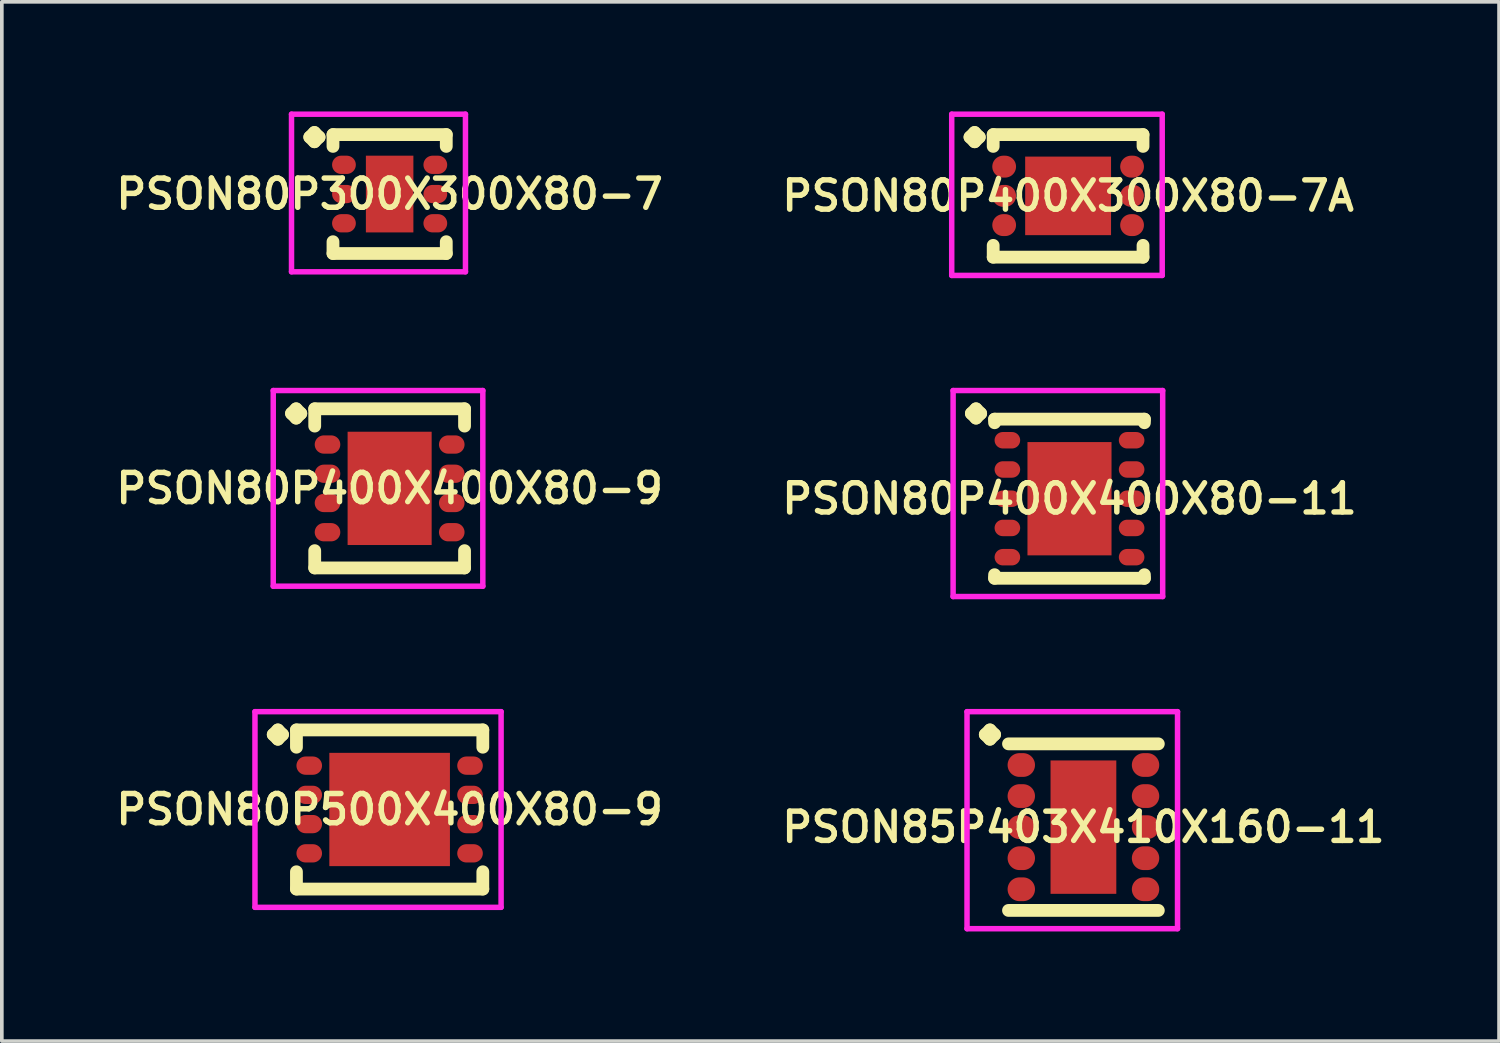
<source format=kicad_pcb>
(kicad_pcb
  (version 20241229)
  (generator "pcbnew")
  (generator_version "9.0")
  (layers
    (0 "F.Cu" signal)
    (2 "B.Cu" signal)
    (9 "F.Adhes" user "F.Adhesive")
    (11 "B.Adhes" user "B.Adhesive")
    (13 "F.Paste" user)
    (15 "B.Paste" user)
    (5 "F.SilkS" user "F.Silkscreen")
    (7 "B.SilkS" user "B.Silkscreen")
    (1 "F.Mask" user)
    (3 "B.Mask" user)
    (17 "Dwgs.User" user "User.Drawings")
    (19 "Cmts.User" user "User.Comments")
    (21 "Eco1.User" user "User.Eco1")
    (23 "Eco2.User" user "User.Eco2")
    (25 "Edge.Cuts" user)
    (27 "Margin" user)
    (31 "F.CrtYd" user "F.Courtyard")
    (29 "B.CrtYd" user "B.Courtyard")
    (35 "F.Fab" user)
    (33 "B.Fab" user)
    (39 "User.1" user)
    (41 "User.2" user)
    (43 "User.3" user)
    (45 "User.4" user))
  (footprint "PSON85P403X410X160-11"
    (layer "F.Cu")
    (at 26.597 19.584)
    (property "Reference" "PSON85P403X410X160-11" (at 0 0 0) (layer "F.SilkS") (effects (font (size 0.8 0.8) (thickness 0.15))))
    (attr smd)
    (fp_line (start -2.685 -2.533) (end -2.558 -2.66) (stroke (width 0.35) (type solid)) (layer "F.SilkS"))
    (fp_line (start -2.558 -2.66) (end -2.431 -2.533) (stroke (width 0.35) (type solid)) (layer "F.SilkS"))
    (fp_line (start -2.558 -2.406) (end -2.685 -2.533) (stroke (width 0.35) (type solid)) (layer "F.SilkS"))
    (fp_line (start -2.431 -2.533) (end -2.558 -2.406) (stroke (width 0.35) (type solid)) (layer "F.SilkS"))
    (fp_line (start -2.05 -2.279) (end 2.05 -2.279) (stroke (width 0.35) (type solid)) (layer "F.SilkS"))
    (fp_line (start -2.05 2.279) (end 2.05 2.279) (stroke (width 0.35) (type solid)) (layer "F.SilkS"))
    (fp_line (start -3.185 -3.16) (end 2.575 -3.16) (stroke (width 0.15) (type solid)) (layer "F.CrtYd"))
    (fp_line (start -3.185 2.779) (end -3.185 -3.16) (stroke (width 0.15) (type solid)) (layer "F.CrtYd"))
    (fp_line (start 2.575 -3.16) (end 2.575 2.779) (stroke (width 0.15) (type solid)) (layer "F.CrtYd"))
    (fp_line (start 2.575 2.779) (end -3.185 2.779) (stroke (width 0.15) (type solid)) (layer "F.CrtYd"))
    (pad "1" smd oval (at -1.7 -1.7) (size 0.75 0.65) (layers "F.Cu" "F.Mask" "F.Paste"))
    (pad "2" smd oval (at -1.7 -0.85) (size 0.75 0.65) (layers "F.Cu" "F.Mask" "F.Paste"))
    (pad "3" smd oval (at -1.7 0) (size 0.75 0.65) (layers "F.Cu" "F.Mask" "F.Paste"))
    (pad "4" smd oval (at -1.7 0.85) (size 0.75 0.65) (layers "F.Cu" "F.Mask" "F.Paste"))
    (pad "5" smd oval (at -1.7 1.7) (size 0.75 0.65) (layers "F.Cu" "F.Mask" "F.Paste"))
    (pad "6" smd oval (at 1.7 1.7) (size 0.75 0.65) (layers "F.Cu" "F.Mask" "F.Paste"))
    (pad "7" smd oval (at 1.7 0.85) (size 0.75 0.65) (layers "F.Cu" "F.Mask" "F.Paste"))
    (pad "8" smd oval (at 1.7 0) (size 0.75 0.65) (layers "F.Cu" "F.Mask" "F.Paste"))
    (pad "9" smd oval (at 1.7 -0.85) (size 0.75 0.65) (layers "F.Cu" "F.Mask" "F.Paste"))
    (pad "10" smd oval (at 1.7 -1.7) (size 0.75 0.65) (layers "F.Cu" "F.Mask" "F.Paste"))
    (pad "11" smd rect (at 0 0) (size 1.8 3.65) (layers "F.Cu" "F.Mask" "F.Paste")))
  (footprint "PSON80P400X400X80-9"
    (layer "F.Cu")
    (at 7.612 10.314)
    (property "Reference" "PSON80P400X400X80-9" (at 0 0 0) (layer "F.SilkS") (effects (font (size 0.8 0.8) (thickness 0.15))))
    (attr smd)
    (fp_line (start -2.685 -2.05) (end -2.558 -2.177) (stroke (width 0.35) (type solid)) (layer "F.SilkS"))
    (fp_line (start -2.558 -2.177) (end -2.431 -2.05) (stroke (width 0.35) (type solid)) (layer "F.SilkS"))
    (fp_line (start -2.558 -1.923) (end -2.685 -2.05) (stroke (width 0.35) (type solid)) (layer "F.SilkS"))
    (fp_line (start -2.431 -2.05) (end -2.558 -1.923) (stroke (width 0.35) (type solid)) (layer "F.SilkS"))
    (fp_line (start -2.05 -2.177) (end 2.05 -2.177) (stroke (width 0.35) (type solid)) (layer "F.SilkS"))
    (fp_line (start -2.05 -1.704) (end -2.05 -2.177) (stroke (width 0.35) (type solid)) (layer "F.SilkS"))
    (fp_line (start -2.05 1.704) (end -2.05 2.177) (stroke (width 0.35) (type solid)) (layer "F.SilkS"))
    (fp_line (start -2.05 2.177) (end 2.05 2.177) (stroke (width 0.35) (type solid)) (layer "F.SilkS"))
    (fp_line (start 2.05 -2.177) (end 2.05 -1.704) (stroke (width 0.35) (type solid)) (layer "F.SilkS"))
    (fp_line (start 2.05 2.177) (end 2.05 1.704) (stroke (width 0.35) (type solid)) (layer "F.SilkS"))
    (fp_line (start -3.185 -2.677) (end 2.55 -2.677) (stroke (width 0.15) (type solid)) (layer "F.CrtYd"))
    (fp_line (start -3.185 2.677) (end -3.185 -2.677) (stroke (width 0.15) (type solid)) (layer "F.CrtYd"))
    (fp_line (start 2.55 -2.677) (end 2.55 2.677) (stroke (width 0.15) (type solid)) (layer "F.CrtYd"))
    (fp_line (start 2.55 2.677) (end -3.185 2.677) (stroke (width 0.15) (type solid)) (layer "F.CrtYd"))
    (pad "1" smd oval (at -1.7 -1.2) (size 0.7 0.5) (layers "F.Cu" "F.Mask" "F.Paste"))
    (pad "2" smd oval (at -1.7 -0.4) (size 0.7 0.5) (layers "F.Cu" "F.Mask" "F.Paste"))
    (pad "3" smd oval (at -1.7 0.4) (size 0.7 0.5) (layers "F.Cu" "F.Mask" "F.Paste"))
    (pad "4" smd oval (at -1.7 1.2) (size 0.7 0.5) (layers "F.Cu" "F.Mask" "F.Paste"))
    (pad "5" smd oval (at 1.7 1.2) (size 0.7 0.5) (layers "F.Cu" "F.Mask" "F.Paste"))
    (pad "6" smd oval (at 1.7 0.4) (size 0.7 0.5) (layers "F.Cu" "F.Mask" "F.Paste"))
    (pad "7" smd oval (at 1.7 -0.4) (size 0.7 0.5) (layers "F.Cu" "F.Mask" "F.Paste"))
    (pad "8" smd oval (at 1.7 -1.2) (size 0.7 0.5) (layers "F.Cu" "F.Mask" "F.Paste"))
    (pad "9" smd rect (at 0 0) (size 2.3 3.1) (layers "F.Cu" "F.Mask" "F.Paste")))
  (footprint "PSON80P400X300X80-7A"
    (layer "F.Cu")
    (at 26.178 2.31)
    (property "Reference" "PSON80P400X300X80-7A" (at 0 0 0) (layer "F.SilkS") (effects (font (size 0.8 0.8) (thickness 0.15))))
    (attr smd)
    (fp_line (start -2.685 -1.608) (end -2.558 -1.735) (stroke (width 0.35) (type solid)) (layer "F.SilkS"))
    (fp_line (start -2.558 -1.735) (end -2.431 -1.608) (stroke (width 0.35) (type solid)) (layer "F.SilkS"))
    (fp_line (start -2.558 -1.481) (end -2.685 -1.608) (stroke (width 0.35) (type solid)) (layer "F.SilkS"))
    (fp_line (start -2.431 -1.608) (end -2.558 -1.481) (stroke (width 0.35) (type solid)) (layer "F.SilkS"))
    (fp_line (start -2.05 -1.677) (end 2.05 -1.677) (stroke (width 0.35) (type solid)) (layer "F.SilkS"))
    (fp_line (start -2.05 -1.354) (end -2.05 -1.677) (stroke (width 0.35) (type solid)) (layer "F.SilkS"))
    (fp_line (start -2.05 1.354) (end -2.05 1.677) (stroke (width 0.35) (type solid)) (layer "F.SilkS"))
    (fp_line (start -2.05 1.677) (end 2.05 1.677) (stroke (width 0.35) (type solid)) (layer "F.SilkS"))
    (fp_line (start 2.05 -1.677) (end 2.05 -1.354) (stroke (width 0.35) (type solid)) (layer "F.SilkS"))
    (fp_line (start 2.05 1.677) (end 2.05 1.354) (stroke (width 0.35) (type solid)) (layer "F.SilkS"))
    (fp_line (start -3.185 -2.235) (end 2.575 -2.235) (stroke (width 0.15) (type solid)) (layer "F.CrtYd"))
    (fp_line (start -3.185 2.177) (end -3.185 -2.235) (stroke (width 0.15) (type solid)) (layer "F.CrtYd"))
    (fp_line (start 2.575 -2.235) (end 2.575 2.177) (stroke (width 0.15) (type solid)) (layer "F.CrtYd"))
    (fp_line (start 2.575 2.177) (end -3.185 2.177) (stroke (width 0.15) (type solid)) (layer "F.CrtYd"))
    (pad "1" smd oval (at -1.75 -0.8) (size 0.65 0.6) (layers "F.Cu" "F.Mask" "F.Paste"))
    (pad "2" smd oval (at -1.75 0) (size 0.65 0.6) (layers "F.Cu" "F.Mask" "F.Paste"))
    (pad "3" smd oval (at -1.75 0.8) (size 0.65 0.6) (layers "F.Cu" "F.Mask" "F.Paste"))
    (pad "4" smd oval (at 1.75 0.8) (size 0.65 0.6) (layers "F.Cu" "F.Mask" "F.Paste"))
    (pad "5" smd oval (at 1.75 0) (size 0.65 0.6) (layers "F.Cu" "F.Mask" "F.Paste"))
    (pad "6" smd oval (at 1.75 -0.8) (size 0.65 0.6) (layers "F.Cu" "F.Mask" "F.Paste"))
    (pad "7" smd rect (at 0 0) (size 2.35 2.15) (layers "F.Cu" "F.Mask" "F.Paste")))
  (footprint "PSON80P500X400X80-9"
    (layer "F.Cu")
    (at 7.612 19.101)
    (property "Reference" "PSON80P500X400X80-9" (at 0 0 0) (layer "F.SilkS") (effects (font (size 0.8 0.8) (thickness 0.15))))
    (attr smd)
    (fp_line (start -3.185 -2.05) (end -3.058 -2.177) (stroke (width 0.35) (type solid)) (layer "F.SilkS"))
    (fp_line (start -3.058 -2.177) (end -2.931 -2.05) (stroke (width 0.35) (type solid)) (layer "F.SilkS"))
    (fp_line (start -3.058 -1.923) (end -3.185 -2.05) (stroke (width 0.35) (type solid)) (layer "F.SilkS"))
    (fp_line (start -2.931 -2.05) (end -3.058 -1.923) (stroke (width 0.35) (type solid)) (layer "F.SilkS"))
    (fp_line (start -2.55 -2.177) (end 2.55 -2.177) (stroke (width 0.35) (type solid)) (layer "F.SilkS"))
    (fp_line (start -2.55 -1.704) (end -2.55 -2.177) (stroke (width 0.35) (type solid)) (layer "F.SilkS"))
    (fp_line (start -2.55 1.704) (end -2.55 2.177) (stroke (width 0.35) (type solid)) (layer "F.SilkS"))
    (fp_line (start -2.55 2.177) (end 2.55 2.177) (stroke (width 0.35) (type solid)) (layer "F.SilkS"))
    (fp_line (start 2.55 -2.177) (end 2.55 -1.704) (stroke (width 0.35) (type solid)) (layer "F.SilkS"))
    (fp_line (start 2.55 2.177) (end 2.55 1.704) (stroke (width 0.35) (type solid)) (layer "F.SilkS"))
    (fp_line (start -3.685 -2.677) (end 3.05 -2.677) (stroke (width 0.15) (type solid)) (layer "F.CrtYd"))
    (fp_line (start -3.685 2.677) (end -3.685 -2.677) (stroke (width 0.15) (type solid)) (layer "F.CrtYd"))
    (fp_line (start 3.05 -2.677) (end 3.05 2.677) (stroke (width 0.15) (type solid)) (layer "F.CrtYd"))
    (fp_line (start 3.05 2.677) (end -3.685 2.677) (stroke (width 0.15) (type solid)) (layer "F.CrtYd"))
    (pad "1" smd oval (at -2.2 -1.2) (size 0.7 0.5) (layers "F.Cu" "F.Mask" "F.Paste"))
    (pad "2" smd oval (at -2.2 -0.4) (size 0.7 0.5) (layers "F.Cu" "F.Mask" "F.Paste"))
    (pad "3" smd oval (at -2.2 0.4) (size 0.7 0.5) (layers "F.Cu" "F.Mask" "F.Paste"))
    (pad "4" smd oval (at -2.2 1.2) (size 0.7 0.5) (layers "F.Cu" "F.Mask" "F.Paste"))
    (pad "5" smd oval (at 2.2 1.2) (size 0.7 0.5) (layers "F.Cu" "F.Mask" "F.Paste"))
    (pad "6" smd oval (at 2.2 0.4) (size 0.7 0.5) (layers "F.Cu" "F.Mask" "F.Paste"))
    (pad "7" smd oval (at 2.2 -0.4) (size 0.7 0.5) (layers "F.Cu" "F.Mask" "F.Paste"))
    (pad "8" smd oval (at 2.2 -1.2) (size 0.7 0.5) (layers "F.Cu" "F.Mask" "F.Paste"))
    (pad "9" smd rect (at 0 0) (size 3.3 3.1) (layers "F.Cu" "F.Mask" "F.Paste")))
  (footprint "PSON80P400X400X80-11"
    (layer "F.Cu")
    (at 26.216 10.597)
    (property "Reference" "PSON80P400X400X80-11" (at 0 0 0) (layer "F.SilkS") (effects (font (size 0.8 0.8) (thickness 0.15))))
    (attr smd)
    (fp_line (start -2.685 -2.333) (end -2.558 -2.46) (stroke (width 0.35) (type solid)) (layer "F.SilkS"))
    (fp_line (start -2.558 -2.46) (end -2.431 -2.333) (stroke (width 0.35) (type solid)) (layer "F.SilkS"))
    (fp_line (start -2.558 -2.206) (end -2.685 -2.333) (stroke (width 0.35) (type solid)) (layer "F.SilkS"))
    (fp_line (start -2.431 -2.333) (end -2.558 -2.206) (stroke (width 0.35) (type solid)) (layer "F.SilkS"))
    (fp_line (start -2.05 -2.177) (end 2.05 -2.177) (stroke (width 0.35) (type solid)) (layer "F.SilkS"))
    (fp_line (start -2.05 -2.079) (end -2.05 -2.177) (stroke (width 0.35) (type solid)) (layer "F.SilkS"))
    (fp_line (start -2.05 2.079) (end -2.05 2.177) (stroke (width 0.35) (type solid)) (layer "F.SilkS"))
    (fp_line (start -2.05 2.177) (end 2.05 2.177) (stroke (width 0.35) (type solid)) (layer "F.SilkS"))
    (fp_line (start 2.05 -2.177) (end 2.05 -2.079) (stroke (width 0.35) (type solid)) (layer "F.SilkS"))
    (fp_line (start 2.05 2.177) (end 2.05 2.079) (stroke (width 0.35) (type solid)) (layer "F.SilkS"))
    (fp_line (start -3.185 -2.96) (end 2.55 -2.96) (stroke (width 0.15) (type solid)) (layer "F.CrtYd"))
    (fp_line (start -3.185 2.677) (end -3.185 -2.96) (stroke (width 0.15) (type solid)) (layer "F.CrtYd"))
    (fp_line (start 2.55 -2.96) (end 2.55 2.677) (stroke (width 0.15) (type solid)) (layer "F.CrtYd"))
    (fp_line (start 2.55 2.677) (end -3.185 2.677) (stroke (width 0.15) (type solid)) (layer "F.CrtYd"))
    (pad "1" smd oval (at -1.7 -1.6) (size 0.7 0.45) (layers "F.Cu" "F.Mask" "F.Paste"))
    (pad "2" smd oval (at -1.7 -0.8) (size 0.7 0.45) (layers "F.Cu" "F.Mask" "F.Paste"))
    (pad "3" smd oval (at -1.7 0) (size 0.7 0.45) (layers "F.Cu" "F.Mask" "F.Paste"))
    (pad "4" smd oval (at -1.7 0.8) (size 0.7 0.45) (layers "F.Cu" "F.Mask" "F.Paste"))
    (pad "5" smd oval (at -1.7 1.6) (size 0.7 0.45) (layers "F.Cu" "F.Mask" "F.Paste"))
    (pad "6" smd oval (at 1.7 1.6) (size 0.7 0.45) (layers "F.Cu" "F.Mask" "F.Paste"))
    (pad "7" smd oval (at 1.7 0.8) (size 0.7 0.45) (layers "F.Cu" "F.Mask" "F.Paste"))
    (pad "8" smd oval (at 1.7 0) (size 0.7 0.45) (layers "F.Cu" "F.Mask" "F.Paste"))
    (pad "9" smd oval (at 1.7 -0.8) (size 0.7 0.45) (layers "F.Cu" "F.Mask" "F.Paste"))
    (pad "10" smd oval (at 1.7 -1.6) (size 0.7 0.45) (layers "F.Cu" "F.Mask" "F.Paste"))
    (pad "11" smd rect (at 0 0) (size 2.3 3.1) (layers "F.Cu" "F.Mask" "F.Paste")))
  (footprint "PSON80P300X300X80-7"
    (layer "F.Cu")
    (at 7.612 2.26)
    (property "Reference" "PSON80P300X300X80-7" (at 0 0 0) (layer "F.SilkS") (effects (font (size 0.8 0.8) (thickness 0.15))))
    (attr smd)
    (fp_line (start -2.185 -1.558) (end -2.058 -1.685) (stroke (width 0.35) (type solid)) (layer "F.SilkS"))
    (fp_line (start -2.058 -1.685) (end -1.931 -1.558) (stroke (width 0.35) (type solid)) (layer "F.SilkS"))
    (fp_line (start -2.058 -1.431) (end -2.185 -1.558) (stroke (width 0.35) (type solid)) (layer "F.SilkS"))
    (fp_line (start -1.931 -1.558) (end -2.058 -1.431) (stroke (width 0.35) (type solid)) (layer "F.SilkS"))
    (fp_line (start -1.55 -1.627) (end 1.55 -1.627) (stroke (width 0.35) (type solid)) (layer "F.SilkS"))
    (fp_line (start -1.55 -1.304) (end -1.55 -1.627) (stroke (width 0.35) (type solid)) (layer "F.SilkS"))
    (fp_line (start -1.55 1.304) (end -1.55 1.627) (stroke (width 0.35) (type solid)) (layer "F.SilkS"))
    (fp_line (start -1.55 1.627) (end 1.55 1.627) (stroke (width 0.35) (type solid)) (layer "F.SilkS"))
    (fp_line (start 1.55 -1.627) (end 1.55 -1.304) (stroke (width 0.35) (type solid)) (layer "F.SilkS"))
    (fp_line (start 1.55 1.627) (end 1.55 1.304) (stroke (width 0.35) (type solid)) (layer "F.SilkS"))
    (fp_line (start -2.685 -2.185) (end 2.075 -2.185) (stroke (width 0.15) (type solid)) (layer "F.CrtYd"))
    (fp_line (start -2.685 2.127) (end -2.685 -2.185) (stroke (width 0.15) (type solid)) (layer "F.CrtYd"))
    (fp_line (start 2.075 -2.185) (end 2.075 2.127) (stroke (width 0.15) (type solid)) (layer "F.CrtYd"))
    (fp_line (start 2.075 2.127) (end -2.685 2.127) (stroke (width 0.15) (type solid)) (layer "F.CrtYd"))
    (pad "1" smd oval (at -1.25 -0.8) (size 0.65 0.5) (layers "F.Cu" "F.Mask" "F.Paste"))
    (pad "2" smd oval (at -1.25 0) (size 0.65 0.5) (layers "F.Cu" "F.Mask" "F.Paste"))
    (pad "3" smd oval (at -1.25 0.8) (size 0.65 0.5) (layers "F.Cu" "F.Mask" "F.Paste"))
    (pad "4" smd oval (at 1.25 0.8) (size 0.65 0.5) (layers "F.Cu" "F.Mask" "F.Paste"))
    (pad "5" smd oval (at 1.25 0) (size 0.65 0.5) (layers "F.Cu" "F.Mask" "F.Paste"))
    (pad "6" smd oval (at 1.25 -0.8) (size 0.65 0.5) (layers "F.Cu" "F.Mask" "F.Paste"))
    (pad "7" smd rect (at 0 0) (size 1.3 2.1) (layers "F.Cu" "F.Mask" "F.Paste")))
  (gr_rect
    (start -3 -3)
    (end 37.97 25.438)
    (stroke (width 0.1) (type default))
    (fill no)
    (layer "Edge.Cuts")))
</source>
